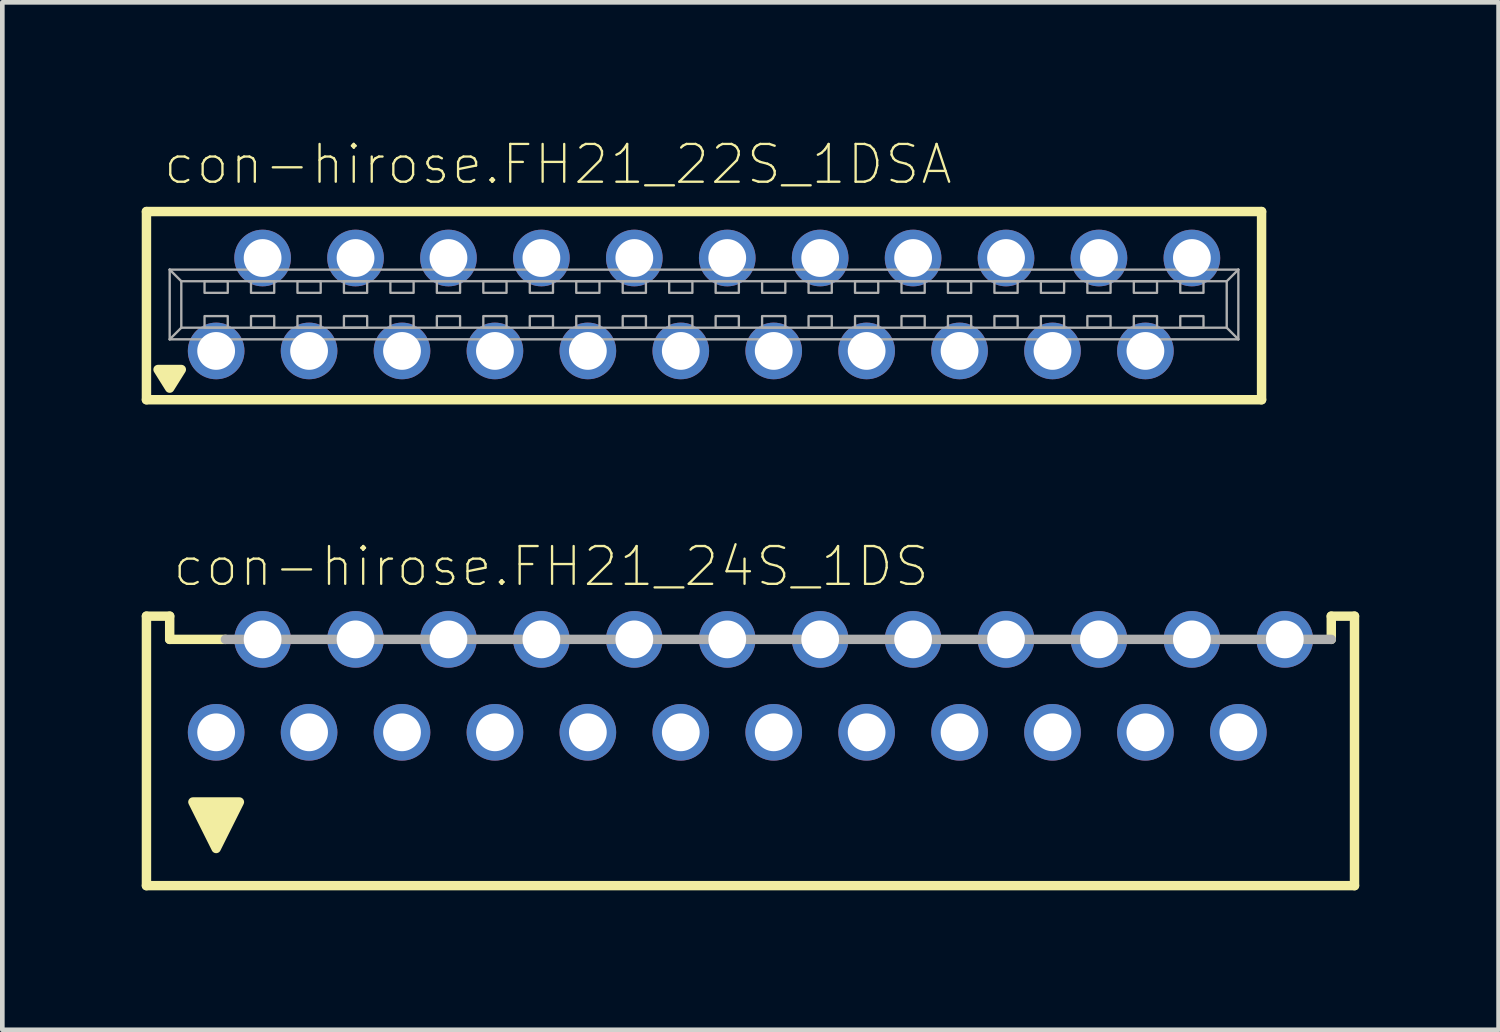
<source format=kicad_pcb>
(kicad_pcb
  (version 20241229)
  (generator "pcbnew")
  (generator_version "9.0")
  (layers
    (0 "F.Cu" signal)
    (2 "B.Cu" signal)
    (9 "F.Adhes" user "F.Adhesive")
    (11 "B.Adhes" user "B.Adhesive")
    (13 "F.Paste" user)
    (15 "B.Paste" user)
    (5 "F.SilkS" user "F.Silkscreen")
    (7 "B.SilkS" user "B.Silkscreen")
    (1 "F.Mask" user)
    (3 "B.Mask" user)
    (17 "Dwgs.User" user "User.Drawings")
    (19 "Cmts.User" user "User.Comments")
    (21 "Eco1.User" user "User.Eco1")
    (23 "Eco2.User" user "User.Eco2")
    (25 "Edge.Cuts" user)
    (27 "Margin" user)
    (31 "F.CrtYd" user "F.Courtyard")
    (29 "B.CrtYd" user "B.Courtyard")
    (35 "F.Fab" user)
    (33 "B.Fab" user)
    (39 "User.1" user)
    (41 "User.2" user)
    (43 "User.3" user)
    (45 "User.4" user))
  (footprint "con-hirose.FH21_22S_1DSA"
    (layer "F.Cu")
    (at 12.102 3.503)
    (property "Reference" "con-hirose.FH21_22S_1DSA" (at -11.675 -2.54 0) (layer "F.SilkS") (effects (font (size 0.813 0.813) (thickness 0.05)) (justify left bottom)))
    (attr through_hole)
    (fp_line (start -12 -2) (end -12 2.05) (stroke (width 0.203) (type default)) (layer "F.SilkS"))
    (fp_line (start -12 2.05) (end 12 2.05) (stroke (width 0.203) (type default)) (layer "F.SilkS"))
    (fp_line (start 12 -2) (end -12 -2) (stroke (width 0.203) (type default)) (layer "F.SilkS"))
    (fp_line (start 12 -2) (end 12 2.05) (stroke (width 0.203) (type default)) (layer "F.SilkS"))
    (fp_poly (pts (xy -11.5 1.8) (xy -11.75 1.4) (xy -11.25 1.4)) (stroke (width 0.203) (type default)) (fill yes) (layer "F.SilkS"))
    (fp_line (start -11.5 -0.75) (end 11.5 -0.75) (stroke (width 0.051) (type default)) (layer "F.Fab"))
    (fp_line (start -11.5 0.75) (end -11.5 -0.75) (stroke (width 0.051) (type default)) (layer "F.Fab"))
    (fp_line (start -11.25 -0.5) (end -11.5 -0.75) (stroke (width 0.051) (type default)) (layer "F.Fab"))
    (fp_line (start -11.25 -0.5) (end 11.25 -0.5) (stroke (width 0.051) (type default)) (layer "F.Fab"))
    (fp_line (start -11.25 0.5) (end -11.5 0.75) (stroke (width 0.051) (type default)) (layer "F.Fab"))
    (fp_line (start -11.25 0.5) (end -11.25 -0.5) (stroke (width 0.051) (type default)) (layer "F.Fab"))
    (fp_line (start 11.25 -0.5) (end 11.25 0.5) (stroke (width 0.051) (type default)) (layer "F.Fab"))
    (fp_line (start 11.25 -0.5) (end 11.5 -0.75) (stroke (width 0.051) (type default)) (layer "F.Fab"))
    (fp_line (start 11.25 0.5) (end -11.25 0.5) (stroke (width 0.051) (type default)) (layer "F.Fab"))
    (fp_line (start 11.25 0.5) (end 11.5 0.75) (stroke (width 0.051) (type default)) (layer "F.Fab"))
    (fp_line (start 11.5 -0.75) (end 11.5 0.75) (stroke (width 0.051) (type default)) (layer "F.Fab"))
    (fp_line (start 11.5 0.75) (end -11.5 0.75) (stroke (width 0.051) (type default)) (layer "F.Fab"))
    (fp_rect (start -10.75 -0.25) (end -10.25 -0.5) (stroke (width 0.05) (type default)) (fill no) (layer "F.Fab"))
    (fp_rect (start -10.75 0.5) (end -10.25 0.25) (stroke (width 0.05) (type default)) (fill no) (layer "F.Fab"))
    (fp_rect (start -9.75 -0.25) (end -9.25 -0.5) (stroke (width 0.05) (type default)) (fill no) (layer "F.Fab"))
    (fp_rect (start -9.75 0.5) (end -9.25 0.25) (stroke (width 0.05) (type default)) (fill no) (layer "F.Fab"))
    (fp_rect (start -8.75 -0.25) (end -8.25 -0.5) (stroke (width 0.05) (type default)) (fill no) (layer "F.Fab"))
    (fp_rect (start -8.75 0.5) (end -8.25 0.25) (stroke (width 0.05) (type default)) (fill no) (layer "F.Fab"))
    (fp_rect (start -7.75 -0.25) (end -7.25 -0.5) (stroke (width 0.05) (type default)) (fill no) (layer "F.Fab"))
    (fp_rect (start -7.75 0.5) (end -7.25 0.25) (stroke (width 0.05) (type default)) (fill no) (layer "F.Fab"))
    (fp_rect (start -6.75 -0.25) (end -6.25 -0.5) (stroke (width 0.05) (type default)) (fill no) (layer "F.Fab"))
    (fp_rect (start -6.75 0.5) (end -6.25 0.25) (stroke (width 0.05) (type default)) (fill no) (layer "F.Fab"))
    (fp_rect (start -5.75 -0.25) (end -5.25 -0.5) (stroke (width 0.05) (type default)) (fill no) (layer "F.Fab"))
    (fp_rect (start -5.75 0.5) (end -5.25 0.25) (stroke (width 0.05) (type default)) (fill no) (layer "F.Fab"))
    (fp_rect (start -4.75 -0.25) (end -4.25 -0.5) (stroke (width 0.05) (type default)) (fill no) (layer "F.Fab"))
    (fp_rect (start -4.75 0.5) (end -4.25 0.25) (stroke (width 0.05) (type default)) (fill no) (layer "F.Fab"))
    (fp_rect (start -3.75 -0.25) (end -3.25 -0.5) (stroke (width 0.05) (type default)) (fill no) (layer "F.Fab"))
    (fp_rect (start -3.75 0.5) (end -3.25 0.25) (stroke (width 0.05) (type default)) (fill no) (layer "F.Fab"))
    (fp_rect (start -2.75 -0.25) (end -2.25 -0.5) (stroke (width 0.05) (type default)) (fill no) (layer "F.Fab"))
    (fp_rect (start -2.75 0.5) (end -2.25 0.25) (stroke (width 0.05) (type default)) (fill no) (layer "F.Fab"))
    (fp_rect (start -1.75 -0.25) (end -1.25 -0.5) (stroke (width 0.05) (type default)) (fill no) (layer "F.Fab"))
    (fp_rect (start -1.75 0.5) (end -1.25 0.25) (stroke (width 0.05) (type default)) (fill no) (layer "F.Fab"))
    (fp_rect (start -0.75 -0.25) (end -0.25 -0.5) (stroke (width 0.05) (type default)) (fill no) (layer "F.Fab"))
    (fp_rect (start -0.75 0.5) (end -0.25 0.25) (stroke (width 0.05) (type default)) (fill no) (layer "F.Fab"))
    (fp_rect (start 0.25 -0.25) (end 0.75 -0.5) (stroke (width 0.05) (type default)) (fill no) (layer "F.Fab"))
    (fp_rect (start 0.25 0.5) (end 0.75 0.25) (stroke (width 0.05) (type default)) (fill no) (layer "F.Fab"))
    (fp_rect (start 1.25 -0.25) (end 1.75 -0.5) (stroke (width 0.05) (type default)) (fill no) (layer "F.Fab"))
    (fp_rect (start 1.25 0.5) (end 1.75 0.25) (stroke (width 0.05) (type default)) (fill no) (layer "F.Fab"))
    (fp_rect (start 2.25 -0.25) (end 2.75 -0.5) (stroke (width 0.05) (type default)) (fill no) (layer "F.Fab"))
    (fp_rect (start 2.25 0.5) (end 2.75 0.25) (stroke (width 0.05) (type default)) (fill no) (layer "F.Fab"))
    (fp_rect (start 3.25 -0.25) (end 3.75 -0.5) (stroke (width 0.05) (type default)) (fill no) (layer "F.Fab"))
    (fp_rect (start 3.25 0.5) (end 3.75 0.25) (stroke (width 0.05) (type default)) (fill no) (layer "F.Fab"))
    (fp_rect (start 4.25 -0.25) (end 4.75 -0.5) (stroke (width 0.05) (type default)) (fill no) (layer "F.Fab"))
    (fp_rect (start 4.25 0.5) (end 4.75 0.25) (stroke (width 0.05) (type default)) (fill no) (layer "F.Fab"))
    (fp_rect (start 5.25 -0.25) (end 5.75 -0.5) (stroke (width 0.05) (type default)) (fill no) (layer "F.Fab"))
    (fp_rect (start 5.25 0.5) (end 5.75 0.25) (stroke (width 0.05) (type default)) (fill no) (layer "F.Fab"))
    (fp_rect (start 6.25 -0.25) (end 6.75 -0.5) (stroke (width 0.05) (type default)) (fill no) (layer "F.Fab"))
    (fp_rect (start 6.25 0.5) (end 6.75 0.25) (stroke (width 0.05) (type default)) (fill no) (layer "F.Fab"))
    (fp_rect (start 7.25 -0.25) (end 7.75 -0.5) (stroke (width 0.05) (type default)) (fill no) (layer "F.Fab"))
    (fp_rect (start 7.25 0.5) (end 7.75 0.25) (stroke (width 0.05) (type default)) (fill no) (layer "F.Fab"))
    (fp_rect (start 8.25 -0.25) (end 8.75 -0.5) (stroke (width 0.05) (type default)) (fill no) (layer "F.Fab"))
    (fp_rect (start 8.25 0.5) (end 8.75 0.25) (stroke (width 0.05) (type default)) (fill no) (layer "F.Fab"))
    (fp_rect (start 9.25 -0.25) (end 9.75 -0.5) (stroke (width 0.05) (type default)) (fill no) (layer "F.Fab"))
    (fp_rect (start 9.25 0.5) (end 9.75 0.25) (stroke (width 0.05) (type default)) (fill no) (layer "F.Fab"))
    (fp_rect (start 10.25 -0.25) (end 10.75 -0.5) (stroke (width 0.05) (type default)) (fill no) (layer "F.Fab"))
    (fp_rect (start 10.25 0.5) (end 10.75 0.25) (stroke (width 0.05) (type default)) (fill no) (layer "F.Fab"))
    (pad "1" thru_hole circle (at -10.5 1) (size 1.219 1.219) (drill 0.813) (layers "*.Cu" "*.Mask"))
    (pad "2" thru_hole circle (at -9.5 -1) (size 1.219 1.219) (drill 0.813) (layers "*.Cu" "*.Mask"))
    (pad "3" thru_hole circle (at -8.5 1) (size 1.219 1.219) (drill 0.813) (layers "*.Cu" "*.Mask"))
    (pad "4" thru_hole circle (at -7.5 -1) (size 1.219 1.219) (drill 0.813) (layers "*.Cu" "*.Mask"))
    (pad "5" thru_hole circle (at -6.5 1) (size 1.219 1.219) (drill 0.813) (layers "*.Cu" "*.Mask"))
    (pad "6" thru_hole circle (at -5.5 -1) (size 1.219 1.219) (drill 0.813) (layers "*.Cu" "*.Mask"))
    (pad "7" thru_hole circle (at -4.5 1) (size 1.219 1.219) (drill 0.813) (layers "*.Cu" "*.Mask"))
    (pad "8" thru_hole circle (at -3.5 -1) (size 1.219 1.219) (drill 0.813) (layers "*.Cu" "*.Mask"))
    (pad "9" thru_hole circle (at -2.5 1) (size 1.219 1.219) (drill 0.813) (layers "*.Cu" "*.Mask"))
    (pad "10" thru_hole circle (at -1.5 -1) (size 1.219 1.219) (drill 0.813) (layers "*.Cu" "*.Mask"))
    (pad "11" thru_hole circle (at -0.5 1) (size 1.219 1.219) (drill 0.813) (layers "*.Cu" "*.Mask"))
    (pad "12" thru_hole circle (at 0.5 -1) (size 1.219 1.219) (drill 0.813) (layers "*.Cu" "*.Mask"))
    (pad "13" thru_hole circle (at 1.5 1) (size 1.219 1.219) (drill 0.813) (layers "*.Cu" "*.Mask"))
    (pad "14" thru_hole circle (at 2.5 -1) (size 1.219 1.219) (drill 0.813) (layers "*.Cu" "*.Mask"))
    (pad "15" thru_hole circle (at 3.5 1) (size 1.219 1.219) (drill 0.813) (layers "*.Cu" "*.Mask"))
    (pad "16" thru_hole circle (at 4.5 -1) (size 1.219 1.219) (drill 0.813) (layers "*.Cu" "*.Mask"))
    (pad "17" thru_hole circle (at 5.5 1) (size 1.219 1.219) (drill 0.813) (layers "*.Cu" "*.Mask"))
    (pad "18" thru_hole circle (at 6.5 -1) (size 1.219 1.219) (drill 0.813) (layers "*.Cu" "*.Mask"))
    (pad "19" thru_hole circle (at 7.5 1) (size 1.219 1.219) (drill 0.813) (layers "*.Cu" "*.Mask"))
    (pad "20" thru_hole circle (at 8.5 -1) (size 1.219 1.219) (drill 0.813) (layers "*.Cu" "*.Mask"))
    (pad "21" thru_hole circle (at 9.5 1) (size 1.219 1.219) (drill 0.813) (layers "*.Cu" "*.Mask"))
    (pad "22" thru_hole circle (at 10.5 -1) (size 1.219 1.219) (drill 0.813) (layers "*.Cu" "*.Mask")))
  (footprint "con-hirose.FH21_24S_1DS"
    (layer "F.Cu")
    (at 13.102 12.711)
    (property "Reference" "con-hirose.FH21_24S_1DS" (at -12.472 -3.094 0) (layer "F.SilkS") (effects (font (size 0.813 0.813) (thickness 0.05)) (justify left bottom)))
    (attr through_hole)
    (fp_line (start -13 -2.5) (end -13 3.3) (stroke (width 0.203) (type default)) (layer "F.SilkS"))
    (fp_line (start -13 3.3) (end 13 3.3) (stroke (width 0.203) (type default)) (layer "F.SilkS"))
    (fp_line (start -12.5 -2.5) (end -13 -2.5) (stroke (width 0.203) (type default)) (layer "F.SilkS"))
    (fp_line (start -12.5 -2) (end -12.5 -2.5) (stroke (width 0.203) (type default)) (layer "F.SilkS"))
    (fp_line (start -12.5 -2) (end -11.3 -2) (stroke (width 0.203) (type default)) (layer "F.SilkS"))
    (fp_line (start 12.5 -2.5) (end 13 -2.5) (stroke (width 0.203) (type default)) (layer "F.SilkS"))
    (fp_line (start 12.5 -2) (end 12.5 -2.5) (stroke (width 0.203) (type default)) (layer "F.SilkS"))
    (fp_line (start 13 -2.5) (end 13 3.3) (stroke (width 0.203) (type default)) (layer "F.SilkS"))
    (fp_poly (pts (xy -11.5 2.5) (xy -12 1.5) (xy -11 1.5)) (stroke (width 0.203) (type default)) (fill yes) (layer "F.SilkS"))
    (fp_line (start -11.3 -2) (end 12.5 -2) (stroke (width 0.203) (type default)) (layer "F.Fab"))
    (pad "1" thru_hole circle (at -11.5 0) (size 1.219 1.219) (drill 0.813) (layers "*.Cu" "*.Mask"))
    (pad "2" thru_hole circle (at -10.5 -2) (size 1.219 1.219) (drill 0.813) (layers "*.Cu" "*.Mask"))
    (pad "3" thru_hole circle (at -9.5 0) (size 1.219 1.219) (drill 0.813) (layers "*.Cu" "*.Mask"))
    (pad "4" thru_hole circle (at -8.5 -2) (size 1.219 1.219) (drill 0.813) (layers "*.Cu" "*.Mask"))
    (pad "5" thru_hole circle (at -7.5 0) (size 1.219 1.219) (drill 0.813) (layers "*.Cu" "*.Mask"))
    (pad "6" thru_hole circle (at -6.5 -2) (size 1.219 1.219) (drill 0.813) (layers "*.Cu" "*.Mask"))
    (pad "7" thru_hole circle (at -5.5 0) (size 1.219 1.219) (drill 0.813) (layers "*.Cu" "*.Mask"))
    (pad "8" thru_hole circle (at -4.5 -2) (size 1.219 1.219) (drill 0.813) (layers "*.Cu" "*.Mask"))
    (pad "9" thru_hole circle (at -3.5 0) (size 1.219 1.219) (drill 0.813) (layers "*.Cu" "*.Mask"))
    (pad "10" thru_hole circle (at -2.5 -2) (size 1.219 1.219) (drill 0.813) (layers "*.Cu" "*.Mask"))
    (pad "11" thru_hole circle (at -1.5 0) (size 1.219 1.219) (drill 0.813) (layers "*.Cu" "*.Mask"))
    (pad "12" thru_hole circle (at -0.5 -2) (size 1.219 1.219) (drill 0.813) (layers "*.Cu" "*.Mask"))
    (pad "13" thru_hole circle (at 0.5 0) (size 1.219 1.219) (drill 0.813) (layers "*.Cu" "*.Mask"))
    (pad "14" thru_hole circle (at 1.5 -2) (size 1.219 1.219) (drill 0.813) (layers "*.Cu" "*.Mask"))
    (pad "15" thru_hole circle (at 2.5 0) (size 1.219 1.219) (drill 0.813) (layers "*.Cu" "*.Mask"))
    (pad "16" thru_hole circle (at 3.5 -2) (size 1.219 1.219) (drill 0.813) (layers "*.Cu" "*.Mask"))
    (pad "17" thru_hole circle (at 4.5 0) (size 1.219 1.219) (drill 0.813) (layers "*.Cu" "*.Mask"))
    (pad "18" thru_hole circle (at 5.5 -2) (size 1.219 1.219) (drill 0.813) (layers "*.Cu" "*.Mask"))
    (pad "19" thru_hole circle (at 6.5 0) (size 1.219 1.219) (drill 0.813) (layers "*.Cu" "*.Mask"))
    (pad "20" thru_hole circle (at 7.5 -2) (size 1.219 1.219) (drill 0.813) (layers "*.Cu" "*.Mask"))
    (pad "21" thru_hole circle (at 8.5 0) (size 1.219 1.219) (drill 0.813) (layers "*.Cu" "*.Mask"))
    (pad "22" thru_hole circle (at 9.5 -2) (size 1.219 1.219) (drill 0.813) (layers "*.Cu" "*.Mask"))
    (pad "23" thru_hole circle (at 10.5 0) (size 1.219 1.219) (drill 0.813) (layers "*.Cu" "*.Mask"))
    (pad "24" thru_hole circle (at 11.5 -2) (size 1.219 1.219) (drill 0.813) (layers "*.Cu" "*.Mask")))
  (gr_rect
    (start -3 -3)
    (end 29.203 19.113)
    (stroke (width 0.1) (type default))
    (fill no)
    (layer "Edge.Cuts")))
</source>
